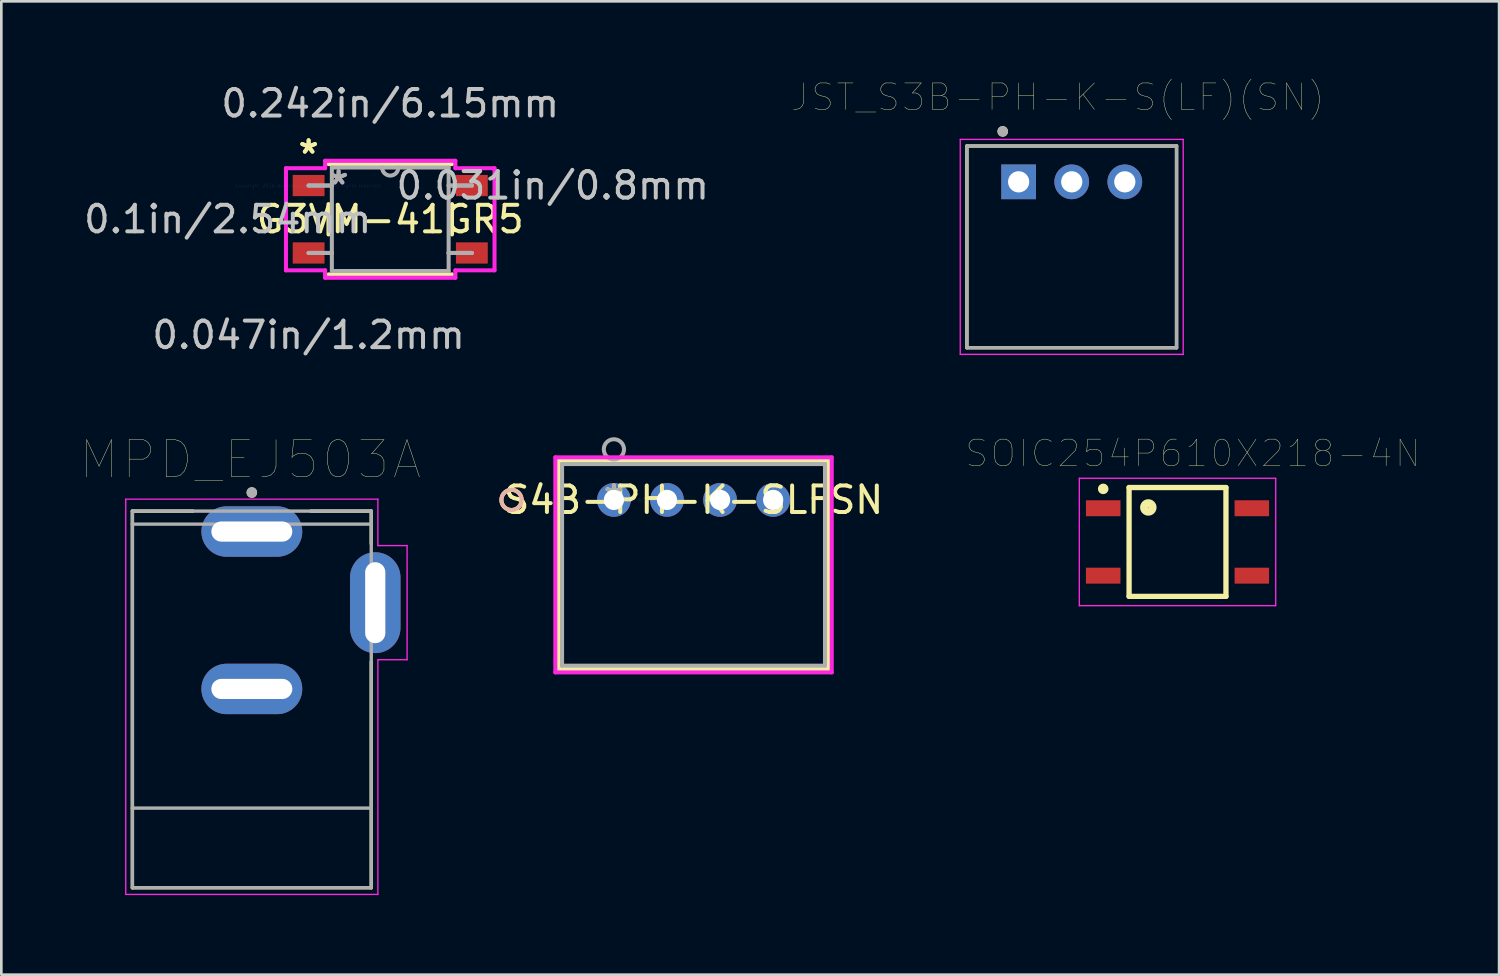
<source format=kicad_pcb>
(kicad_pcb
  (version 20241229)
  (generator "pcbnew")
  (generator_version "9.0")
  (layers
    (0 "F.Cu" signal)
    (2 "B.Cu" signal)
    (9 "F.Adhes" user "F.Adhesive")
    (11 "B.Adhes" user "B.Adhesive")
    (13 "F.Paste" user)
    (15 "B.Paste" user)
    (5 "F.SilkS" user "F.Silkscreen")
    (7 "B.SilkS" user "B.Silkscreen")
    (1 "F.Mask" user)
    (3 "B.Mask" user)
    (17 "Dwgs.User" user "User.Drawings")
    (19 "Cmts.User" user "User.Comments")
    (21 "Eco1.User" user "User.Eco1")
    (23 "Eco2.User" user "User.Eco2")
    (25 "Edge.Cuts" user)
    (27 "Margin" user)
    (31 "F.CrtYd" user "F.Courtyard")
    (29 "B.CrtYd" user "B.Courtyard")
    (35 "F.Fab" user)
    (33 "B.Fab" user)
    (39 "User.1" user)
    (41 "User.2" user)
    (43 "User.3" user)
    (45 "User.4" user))
  (footprint "JST_S3B-PH-K-S(LF)(SN)"
    (layer "F.Cu")
    (at 35.329 3.801)
    (property "Reference" "JST_S3B-PH-K-S(LF)(SN)" (at 1.474 -3.189 0) (layer "F.SilkS") (effects (font (size 1 1) (thickness 0.015))))
    (attr through_hole)
    (fp_line (start -1.95 -1.35) (end -1.95 6.25) (stroke (width 0.127) (type solid)) (layer "F.SilkS"))
    (fp_line (start -1.95 6.25) (end 5.95 6.25) (stroke (width 0.127) (type solid)) (layer "F.SilkS"))
    (fp_line (start 5.95 -1.35) (end -1.95 -1.35) (stroke (width 0.127) (type solid)) (layer "F.SilkS"))
    (fp_line (start 5.95 6.25) (end 5.95 -1.35) (stroke (width 0.127) (type solid)) (layer "F.SilkS"))
    (fp_circle (center -0.6 -1.9) (end -0.5 -1.9) (stroke (width 0.2) (type solid)) (fill no) (layer "F.SilkS"))
    (fp_line (start -2.2 -1.6) (end 6.2 -1.6) (stroke (width 0.05) (type solid)) (layer "F.CrtYd"))
    (fp_line (start -2.2 6.5) (end -2.2 -1.6) (stroke (width 0.05) (type solid)) (layer "F.CrtYd"))
    (fp_line (start 6.2 -1.6) (end 6.2 6.5) (stroke (width 0.05) (type solid)) (layer "F.CrtYd"))
    (fp_line (start 6.2 6.5) (end -2.2 6.5) (stroke (width 0.05) (type solid)) (layer "F.CrtYd"))
    (fp_line (start -1.95 -1.35) (end -1.95 6.25) (stroke (width 0.127) (type solid)) (layer "F.Fab"))
    (fp_line (start -1.95 6.25) (end 5.95 6.25) (stroke (width 0.127) (type solid)) (layer "F.Fab"))
    (fp_line (start 5.95 -1.35) (end -1.95 -1.35) (stroke (width 0.127) (type solid)) (layer "F.Fab"))
    (fp_line (start 5.95 6.25) (end 5.95 -1.35) (stroke (width 0.127) (type solid)) (layer "F.Fab"))
    (fp_circle (center -0.6 -1.9) (end -0.5 -1.9) (stroke (width 0.2) (type solid)) (fill no) (layer "F.Fab"))
    (pad "1" thru_hole rect (at 0 0) (size 1.308 1.308) (drill 0.8) (layers "*.Cu" "*.Mask"))
    (pad "2" thru_hole circle (at 2 0) (size 1.308 1.308) (drill 0.8) (layers "*.Cu" "*.Mask"))
    (pad "3" thru_hole circle (at 4 0) (size 1.308 1.308) (drill 0.8) (layers "*.Cu" "*.Mask")))
  (footprint "MPD_EJ503A"
    (layer "F.Cu")
    (at 6.438 19.657)
    (property "Reference" "MPD_EJ503A" (at -0.055 -5.389 0) (layer "F.SilkS") (effects (font (size 1.4 1.4) (thickness 0.015))))
    (attr through_hole)
    (fp_line (start -4.5 -3.45) (end -4.5 10.74) (stroke (width 0.127) (type solid)) (layer "F.SilkS"))
    (fp_line (start -4.5 10.74) (end 4.5 10.74) (stroke (width 0.127) (type solid)) (layer "F.SilkS"))
    (fp_line (start -2.22 -3.45) (end -4.5 -3.45) (stroke (width 0.127) (type solid)) (layer "F.SilkS"))
    (fp_line (start 2.22 -3.45) (end 4.5 -3.45) (stroke (width 0.127) (type solid)) (layer "F.SilkS"))
    (fp_line (start 4.5 -3.45) (end 4.5 -2.22) (stroke (width 0.127) (type solid)) (layer "F.SilkS"))
    (fp_line (start 4.5 10.74) (end 4.5 2.22) (stroke (width 0.127) (type solid)) (layer "F.SilkS"))
    (fp_circle (center 0 -4.15) (end 0.1 -4.15) (stroke (width 0.2) (type solid)) (fill no) (layer "F.SilkS"))
    (fp_line (start -4.75 -3.9) (end -4.75 10.99) (stroke (width 0.05) (type solid)) (layer "F.CrtYd"))
    (fp_line (start -4.75 10.99) (end 4.75 10.99) (stroke (width 0.05) (type solid)) (layer "F.CrtYd"))
    (fp_line (start 4.75 -3.9) (end -4.75 -3.9) (stroke (width 0.05) (type solid)) (layer "F.CrtYd"))
    (fp_line (start 4.75 -3.9) (end 4.75 -2.15) (stroke (width 0.05) (type solid)) (layer "F.CrtYd"))
    (fp_line (start 4.75 -2.15) (end 5.85 -2.15) (stroke (width 0.05) (type solid)) (layer "F.CrtYd"))
    (fp_line (start 4.75 2.15) (end 4.75 10.99) (stroke (width 0.05) (type solid)) (layer "F.CrtYd"))
    (fp_line (start 5.85 -2.15) (end 5.85 2.15) (stroke (width 0.05) (type solid)) (layer "F.CrtYd"))
    (fp_line (start 5.85 2.15) (end 4.75 2.15) (stroke (width 0.05) (type solid)) (layer "F.CrtYd"))
    (fp_line (start -4.5 -3.45) (end -4.5 -2.96) (stroke (width 0.127) (type solid)) (layer "F.Fab"))
    (fp_line (start -4.5 -2.96) (end -4.5 7.74) (stroke (width 0.127) (type solid)) (layer "F.Fab"))
    (fp_line (start -4.5 -2.96) (end 4.5 -2.96) (stroke (width 0.127) (type solid)) (layer "F.Fab"))
    (fp_line (start -4.5 7.74) (end -4.5 10.74) (stroke (width 0.127) (type solid)) (layer "F.Fab"))
    (fp_line (start -4.5 7.74) (end 4.5 7.74) (stroke (width 0.127) (type solid)) (layer "F.Fab"))
    (fp_line (start -4.5 10.74) (end 4.5 10.74) (stroke (width 0.127) (type solid)) (layer "F.Fab"))
    (fp_line (start 4.5 -3.45) (end -4.5 -3.45) (stroke (width 0.127) (type solid)) (layer "F.Fab"))
    (fp_line (start 4.5 -2.96) (end 4.5 -3.45) (stroke (width 0.127) (type solid)) (layer "F.Fab"))
    (fp_line (start 4.5 7.74) (end 4.5 -2.96) (stroke (width 0.127) (type solid)) (layer "F.Fab"))
    (fp_line (start 4.5 10.74) (end 4.5 7.74) (stroke (width 0.127) (type solid)) (layer "F.Fab"))
    (fp_circle (center 0 -4.15) (end 0.1 -4.15) (stroke (width 0.2) (type solid)) (fill no) (layer "F.Fab"))
    (pad "1" thru_hole oval (at 0 -2.68) (size 3.8 1.9) (drill oval 3.05 0.76) (layers "*.Cu" "*.Mask"))
    (pad "2" thru_hole oval (at 0 3.25) (size 3.8 1.9) (drill oval 3.05 0.76) (layers "*.Cu" "*.Mask"))
    (pad "3" thru_hole oval (at 4.65 0) (size 1.9 3.8) (drill oval 0.76 3.05) (layers "*.Cu" "*.Mask")))
  (footprint "G3VM-41GR5"
    (layer "F.Cu")
    (at 8.578 3.941)
    (property "Reference" "G3VM-41GR5" (at 3.075 1.27 0) (layer "F.SilkS") (effects (font (size 1 1) (thickness 0.15))))
    (attr through_hole)
    (fp_line (start 0.748 0.698) (end 0.748 1.842) (stroke (width 0.152) (type solid)) (layer "F.SilkS"))
    (fp_line (start 0.748 3.347) (end 5.402 3.347) (stroke (width 0.152) (type solid)) (layer "F.SilkS"))
    (fp_line (start 5.402 -0.807) (end 0.748 -0.807) (stroke (width 0.152) (type solid)) (layer "F.SilkS"))
    (fp_line (start 5.402 1.842) (end 5.402 0.698) (stroke (width 0.152) (type solid)) (layer "F.SilkS"))
    (fp_line (start -0.854 -0.654) (end -0.854 3.194) (stroke (width 0.152) (type solid)) (layer "F.CrtYd"))
    (fp_line (start -0.854 3.194) (end 0.621 3.194) (stroke (width 0.152) (type solid)) (layer "F.CrtYd"))
    (fp_line (start 0.621 -0.934) (end 0.621 -0.654) (stroke (width 0.152) (type solid)) (layer "F.CrtYd"))
    (fp_line (start 0.621 -0.654) (end -0.854 -0.654) (stroke (width 0.152) (type solid)) (layer "F.CrtYd"))
    (fp_line (start 0.621 3.194) (end 0.621 3.474) (stroke (width 0.152) (type solid)) (layer "F.CrtYd"))
    (fp_line (start 0.621 3.474) (end 5.529 3.474) (stroke (width 0.152) (type solid)) (layer "F.CrtYd"))
    (fp_line (start 5.529 -0.934) (end 0.621 -0.934) (stroke (width 0.152) (type solid)) (layer "F.CrtYd"))
    (fp_line (start 5.529 -0.654) (end 5.529 -0.934) (stroke (width 0.152) (type solid)) (layer "F.CrtYd"))
    (fp_line (start 5.529 3.194) (end 7.004 3.194) (stroke (width 0.152) (type solid)) (layer "F.CrtYd"))
    (fp_line (start 5.529 3.474) (end 5.529 3.194) (stroke (width 0.152) (type solid)) (layer "F.CrtYd"))
    (fp_line (start 7.004 -0.654) (end 5.529 -0.654) (stroke (width 0.152) (type solid)) (layer "F.CrtYd"))
    (fp_line (start 7.004 3.194) (end 7.004 -0.654) (stroke (width 0.152) (type solid)) (layer "F.CrtYd"))
    (fp_line (start 0 0) (end 0 0) (stroke (width 0.152) (type solid)) (layer "F.Fab"))
    (fp_line (start 0 0) (end 0.875 0) (stroke (width 0.152) (type solid)) (layer "F.Fab"))
    (fp_line (start 0 2.54) (end 0 2.54) (stroke (width 0.152) (type solid)) (layer "F.Fab"))
    (fp_line (start 0 2.54) (end 0.875 2.54) (stroke (width 0.152) (type solid)) (layer "F.Fab"))
    (fp_line (start 0.875 -0.68) (end 0.875 3.22) (stroke (width 0.152) (type solid)) (layer "F.Fab"))
    (fp_line (start 0.875 0) (end 0 0) (stroke (width 0.152) (type solid)) (layer "F.Fab"))
    (fp_line (start 0.875 0) (end 0.875 0) (stroke (width 0.152) (type solid)) (layer "F.Fab"))
    (fp_line (start 0.875 2.54) (end 0 2.54) (stroke (width 0.152) (type solid)) (layer "F.Fab"))
    (fp_line (start 0.875 2.54) (end 0.875 2.54) (stroke (width 0.152) (type solid)) (layer "F.Fab"))
    (fp_line (start 0.875 3.22) (end 5.275 3.22) (stroke (width 0.152) (type solid)) (layer "F.Fab"))
    (fp_line (start 5.275 -0.68) (end 0.875 -0.68) (stroke (width 0.152) (type solid)) (layer "F.Fab"))
    (fp_line (start 5.275 0) (end 5.275 0) (stroke (width 0.152) (type solid)) (layer "F.Fab"))
    (fp_line (start 5.275 0) (end 6.15 0) (stroke (width 0.152) (type solid)) (layer "F.Fab"))
    (fp_line (start 5.275 2.54) (end 5.275 2.54) (stroke (width 0.152) (type solid)) (layer "F.Fab"))
    (fp_line (start 5.275 2.54) (end 6.15 2.54) (stroke (width 0.152) (type solid)) (layer "F.Fab"))
    (fp_line (start 5.275 3.22) (end 5.275 -0.68) (stroke (width 0.152) (type solid)) (layer "F.Fab"))
    (fp_line (start 6.15 0) (end 5.275 0) (stroke (width 0.152) (type solid)) (layer "F.Fab"))
    (fp_line (start 6.15 0) (end 6.15 0) (stroke (width 0.152) (type solid)) (layer "F.Fab"))
    (fp_line (start 6.15 2.54) (end 5.275 2.54) (stroke (width 0.152) (type solid)) (layer "F.Fab"))
    (fp_line (start 6.15 2.54) (end 6.15 2.54) (stroke (width 0.152) (type solid)) (layer "F.Fab"))
    (fp_arc (start 3.3798 -0.68) (mid 3.075 -0.3752) (end 2.7702 -0.68) (stroke (width 0.1524) (type solid)) (layer "F.Fab"))
    (fp_text user "*" (at 0 -1.162 0) (layer "F.SilkS") (effects (font (size 1 1) (thickness 0.15))))
    (fp_text user "*" (at 0 -1.162 0) (layer "F.SilkS") (effects (font (size 1 1) (thickness 0.15))))
    (fp_text user "0.242in/6.15mm" (at 3.075 -3.093 0) (layer "Dwgs.User") (effects (font (size 1 1) (thickness 0.15))))
    (fp_text user "0.1in/2.54mm" (at -3.048 1.27 0) (layer "Dwgs.User") (effects (font (size 1 1) (thickness 0.15))))
    (fp_text user "0.031in/0.8mm" (at 9.198 0 0) (layer "Dwgs.User") (effects (font (size 1 1) (thickness 0.15))))
    (fp_text user "0.047in/1.2mm" (at 0 5.633 0) (layer "Dwgs.User") (effects (font (size 1 1) (thickness 0.15))))
    (fp_text user "Copyright 2016 Accelerated Designs. All rights reserved." (at 0 0 0) (layer "Cmts.User") (effects (font (size 0.127 0.127) (thickness 0.002))))
    (fp_text user "*" (at 1.129 0 0) (layer "F.Fab") (effects (font (size 1 1) (thickness 0.15))))
    (fp_text user "*" (at 1.129 0 0) (layer "F.Fab") (effects (font (size 1 1) (thickness 0.15))))
    (pad "1" smd rect (at 0 0) (size 1.2 0.8) (layers "F.Cu" "F.Mask" "F.Paste"))
    (pad "2" smd rect (at 0 2.54) (size 1.2 0.8) (layers "F.Cu" "F.Mask" "F.Paste"))
    (pad "3" smd rect (at 6.15 2.54) (size 1.2 0.8) (layers "F.Cu" "F.Mask" "F.Paste"))
    (pad "4" smd rect (at 6.15 0) (size 1.2 0.8) (layers "F.Cu" "F.Mask" "F.Paste")))
  (footprint "S4B-PH-K-SLFSN"
    (layer "F.Cu")
    (at 20.08 15.785)
    (property "Reference" "S4B-PH-K-SLFSN" (at 3 0 0) (layer "F.SilkS") (effects (font (size 1 1) (thickness 0.15))))
    (attr through_hole)
    (fp_line (start -2.08 -1.477) (end -2.08 6.372) (stroke (width 0.152) (type solid)) (layer "F.SilkS"))
    (fp_line (start -2.08 6.372) (end 8.08 6.372) (stroke (width 0.152) (type solid)) (layer "F.SilkS"))
    (fp_line (start 8.08 -1.477) (end -2.08 -1.477) (stroke (width 0.152) (type solid)) (layer "F.SilkS"))
    (fp_line (start 8.08 6.372) (end 8.08 -1.477) (stroke (width 0.152) (type solid)) (layer "F.SilkS"))
    (fp_circle (center -3.858 0) (end -3.477 0) (stroke (width 0.152) (type solid)) (fill no) (layer "F.SilkS"))
    (fp_circle (center -3.858 0) (end -3.477 0) (stroke (width 0.152) (type solid)) (fill no) (layer "B.SilkS"))
    (fp_line (start -2.207 -1.604) (end -2.207 6.499) (stroke (width 0.152) (type solid)) (layer "F.CrtYd"))
    (fp_line (start -2.207 6.499) (end 8.207 6.499) (stroke (width 0.152) (type solid)) (layer "F.CrtYd"))
    (fp_line (start 8.207 -1.604) (end -2.207 -1.604) (stroke (width 0.152) (type solid)) (layer "F.CrtYd"))
    (fp_line (start 8.207 6.499) (end 8.207 -1.604) (stroke (width 0.152) (type solid)) (layer "F.CrtYd"))
    (fp_line (start -1.953 -1.35) (end -1.953 6.245) (stroke (width 0.152) (type solid)) (layer "F.Fab"))
    (fp_line (start -1.953 6.245) (end 7.953 6.245) (stroke (width 0.152) (type solid)) (layer "F.Fab"))
    (fp_line (start 7.953 -1.35) (end -1.953 -1.35) (stroke (width 0.152) (type solid)) (layer "F.Fab"))
    (fp_line (start 7.953 6.245) (end 7.953 -1.35) (stroke (width 0.152) (type solid)) (layer "F.Fab"))
    (fp_circle (center 0 -1.905) (end 0.381 -1.905) (stroke (width 0.152) (type solid)) (fill no) (layer "F.Fab"))
    (fp_text user "*" (at 0 0 0) (layer "F.SilkS") (effects (font (size 1 1) (thickness 0.15))))
    (fp_text user "Copyright 2016 Accelerated Designs. All rights reserved." (at 0 0 0) (layer "Cmts.User") (effects (font (size 0.127 0.127) (thickness 0.002))))
    (fp_text user "*" (at 0 0 0) (layer "F.Fab") (effects (font (size 1 1) (thickness 0.15))))
    (pad "1" thru_hole circle (at 0 0) (size 1.27 1.27) (drill 0.762) (layers "*.Cu" "*.Mask"))
    (pad "2" thru_hole circle (at 2 0) (size 1.27 1.27) (drill 0.762) (layers "*.Cu" "*.Mask"))
    (pad "3" thru_hole circle (at 4 0) (size 1.27 1.27) (drill 0.762) (layers "*.Cu" "*.Mask"))
    (pad "4" thru_hole circle (at 6 0) (size 1.27 1.27) (drill 0.762) (layers "*.Cu" "*.Mask")))
  (footprint "SOIC254P610X218-4N"
    (layer "F.Cu")
    (at 41.315 17.369)
    (property "Reference" "SOIC254P610X218-4N" (at 0.575 -3.335 0) (layer "F.SilkS") (effects (font (size 1 1) (thickness 0.015))))
    (attr through_hole)
    (fp_line (start -1.825 -2.05) (end 1.825 -2.05) (stroke (width 0.2) (type solid)) (layer "F.SilkS"))
    (fp_line (start -1.825 2.05) (end -1.825 -2.05) (stroke (width 0.2) (type solid)) (layer "F.SilkS"))
    (fp_line (start 1.825 -2.05) (end 1.825 2.05) (stroke (width 0.2) (type solid)) (layer "F.SilkS"))
    (fp_line (start 1.825 2.05) (end -1.825 2.05) (stroke (width 0.2) (type solid)) (layer "F.SilkS"))
    (fp_circle (center -2.8 -2) (end -2.7 -2) (stroke (width 0.2) (type solid)) (fill no) (layer "F.SilkS"))
    (fp_circle (center -1.1 -1.3) (end -0.94 -1.3) (stroke (width 0.3) (type solid)) (fill no) (layer "F.SilkS"))
    (fp_line (start -3.7 -2.4) (end 3.7 -2.4) (stroke (width 0.05) (type solid)) (layer "F.CrtYd"))
    (fp_line (start -3.7 2.4) (end -3.7 -2.4) (stroke (width 0.05) (type solid)) (layer "F.CrtYd"))
    (fp_line (start 3.7 -2.4) (end 3.7 2.4) (stroke (width 0.05) (type solid)) (layer "F.CrtYd"))
    (fp_line (start 3.7 2.4) (end -3.7 2.4) (stroke (width 0.05) (type solid)) (layer "F.CrtYd"))
    (pad "1" smd rect (at -2.8 -1.27) (size 1.3 0.6) (layers "F.Cu" "F.Mask" "F.Paste"))
    (pad "2" smd rect (at -2.8 1.27) (size 1.3 0.6) (layers "F.Cu" "F.Mask" "F.Paste"))
    (pad "3" smd rect (at 2.8 1.27) (size 1.3 0.6) (layers "F.Cu" "F.Mask" "F.Paste"))
    (pad "4" smd rect (at 2.8 -1.27) (size 1.3 0.6) (layers "F.Cu" "F.Mask" "F.Paste")))
  (gr_rect
    (start -3 -3)
    (end 53.431 33.672)
    (stroke (width 0.1) (type default))
    (fill no)
    (layer "Edge.Cuts")))
</source>
